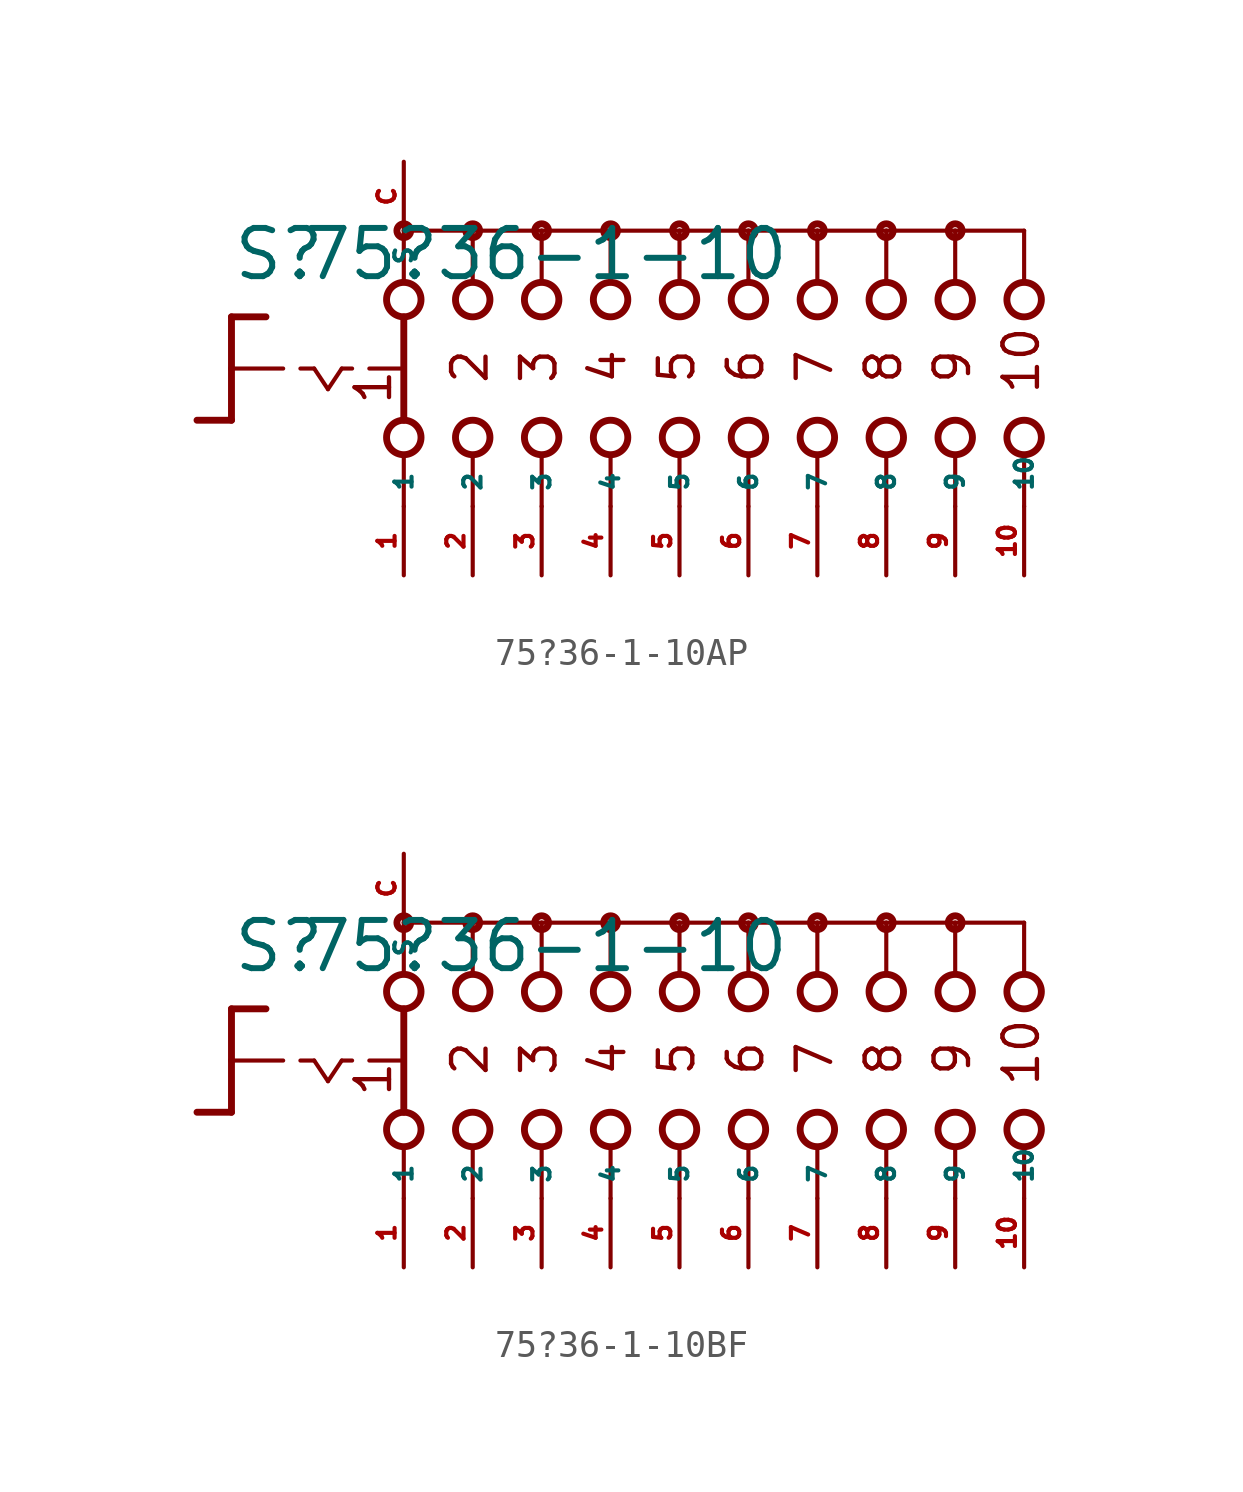
<source format=kicad_sym>
(kicad_symbol_lib
  (version 20220914)
  (generator Eagle2Kicad)
  (symbol "75?36-1-10AP"
    (property "Reference" "S"
      (at -16.51 3.175 0)
      (effects (font (size 1.778 1.778) (thickness 0.22)) (justify left bottom)))
    (property "Value" "75?36-1-10"
      (at -13.97 3.175 0)
      (effects (font (size 1.778 1.778) (thickness 0.22)) (justify left bottom)))
    (polyline
      (pts (xy -16.51 1.905) (xy -15.24 1.905))
      (stroke (width 0.254) (type default))
      (fill (type none)))
    (polyline
      (pts (xy -16.51 1.905) (xy -16.51 0))
      (stroke (width 0.254) (type default))
      (fill (type none)))
    (polyline
      (pts (xy -16.51 -1.905) (xy -17.78 -1.905))
      (stroke (width 0.254) (type default))
      (fill (type none)))
    (polyline
      (pts (xy -16.51 0) (xy -14.605 0))
      (stroke (width 0.152) (type default))
      (fill (type none)))
    (polyline
      (pts (xy -16.51 0) (xy -16.51 -1.905))
      (stroke (width 0.254) (type default))
      (fill (type none)))
    (polyline
      (pts (xy -13.97 0) (xy -13.462 0))
      (stroke (width 0.152) (type default))
      (fill (type none)))
    (polyline
      (pts (xy -12.446 0) (xy -12.065 0))
      (stroke (width 0.152) (type default))
      (fill (type none)))
    (polyline
      (pts (xy -11.43 0) (xy -10.287 0))
      (stroke (width 0.152) (type default))
      (fill (type none)))
    (polyline
      (pts (xy -13.462 0) (xy -12.954 -0.762))
      (stroke (width 0.152) (type default))
      (fill (type none)))
    (polyline
      (pts (xy -12.954 -0.762) (xy -12.446 0))
      (stroke (width 0.152) (type default))
      (fill (type none)))
    (polyline
      (pts (xy -7.62 3.175) (xy -7.62 5.08))
      (stroke (width 0.152) (type default))
      (fill (type none)))
    (polyline
      (pts (xy -5.08 3.175) (xy -5.08 5.08))
      (stroke (width 0.152) (type default))
      (fill (type none)))
    (polyline
      (pts (xy -2.54 3.175) (xy -2.54 5.08))
      (stroke (width 0.152) (type default))
      (fill (type none)))
    (polyline
      (pts (xy -7.62 -5.08) (xy -7.62 -3.175))
      (stroke (width 0.152) (type default))
      (fill (type none)))
    (polyline
      (pts (xy -5.08 -5.08) (xy -5.08 -3.175))
      (stroke (width 0.152) (type default))
      (fill (type none)))
    (polyline
      (pts (xy -2.54 -5.08) (xy -2.54 -3.175))
      (stroke (width 0.152) (type default))
      (fill (type none)))
    (polyline
      (pts (xy -5.08 5.08) (xy -7.62 5.08))
      (stroke (width 0.152) (type default))
      (fill (type none)))
    (polyline
      (pts (xy -5.08 5.08) (xy -2.54 5.08))
      (stroke (width 0.152) (type default))
      (fill (type none)))
    (polyline
      (pts (xy 0 -5.08) (xy 0 -3.175))
      (stroke (width 0.152) (type default))
      (fill (type none)))
    (polyline
      (pts (xy 2.54 -5.08) (xy 2.54 -3.175))
      (stroke (width 0.152) (type default))
      (fill (type none)))
    (polyline
      (pts (xy 0 3.175) (xy 0 5.08))
      (stroke (width 0.152) (type default))
      (fill (type none)))
    (polyline
      (pts (xy 2.54 3.175) (xy 2.54 5.08))
      (stroke (width 0.152) (type default))
      (fill (type none)))
    (polyline
      (pts (xy -2.54 5.08) (xy 0 5.08))
      (stroke (width 0.152) (type default))
      (fill (type none)))
    (polyline
      (pts (xy 0 5.08) (xy 2.54 5.08))
      (stroke (width 0.152) (type default))
      (fill (type none)))
    (polyline
      (pts (xy -10.16 5.08) (xy -10.16 3.175))
      (stroke (width 0.152) (type default))
      (fill (type none)))
    (polyline
      (pts (xy -10.16 1.905) (xy -10.16 -1.905))
      (stroke (width 0.254) (type default))
      (fill (type none)))
    (polyline
      (pts (xy -10.16 -3.175) (xy -10.16 -5.08))
      (stroke (width 0.152) (type default))
      (fill (type none)))
    (polyline
      (pts (xy -7.62 5.08) (xy -10.16 5.08))
      (stroke (width 0.152) (type default))
      (fill (type none)))
    (polyline
      (pts (xy 2.54 5.08) (xy 5.08 5.08))
      (stroke (width 0.152) (type default))
      (fill (type none)))
    (polyline
      (pts (xy 5.08 3.175) (xy 5.08 5.08))
      (stroke (width 0.152) (type default))
      (fill (type none)))
    (polyline
      (pts (xy 5.08 -5.08) (xy 5.08 -3.175))
      (stroke (width 0.152) (type default))
      (fill (type none)))
    (polyline
      (pts (xy 7.62 3.175) (xy 7.62 5.08))
      (stroke (width 0.152) (type default))
      (fill (type none)))
    (polyline
      (pts (xy 10.16 3.175) (xy 10.16 5.08))
      (stroke (width 0.152) (type default))
      (fill (type none)))
    (polyline
      (pts (xy 12.7 3.175) (xy 12.7 5.08))
      (stroke (width 0.152) (type default))
      (fill (type none)))
    (polyline
      (pts (xy 5.08 5.08) (xy 7.62 5.08))
      (stroke (width 0.152) (type default))
      (fill (type none)))
    (polyline
      (pts (xy 7.62 5.08) (xy 10.16 5.08))
      (stroke (width 0.152) (type default))
      (fill (type none)))
    (polyline
      (pts (xy 10.16 5.08) (xy 12.7 5.08))
      (stroke (width 0.152) (type default))
      (fill (type none)))
    (polyline
      (pts (xy 7.62 -5.08) (xy 7.62 -3.175))
      (stroke (width 0.152) (type default))
      (fill (type none)))
    (polyline
      (pts (xy 10.16 -5.08) (xy 10.16 -3.175))
      (stroke (width 0.152) (type default))
      (fill (type none)))
    (polyline
      (pts (xy 12.7 -5.08) (xy 12.7 -3.175))
      (stroke (width 0.152) (type default))
      (fill (type none)))
    (text "1"
      (at -10.541 -1.397 900)
      (effects (font (size 1.27 1.27) (thickness 0.16)) (justify left bottom)))
    (text "2"
      (at -6.985 -0.635 900)
      (effects (font (size 1.27 1.27) (thickness 0.16)) (justify left bottom)))
    (text "3"
      (at -4.445 -0.635 900)
      (effects (font (size 1.27 1.27) (thickness 0.16)) (justify left bottom)))
    (text "4"
      (at -1.905 -0.635 900)
      (effects (font (size 1.27 1.27) (thickness 0.16)) (justify left bottom)))
    (text "5"
      (at 0.635 -0.635 900)
      (effects (font (size 1.27 1.27) (thickness 0.16)) (justify left bottom)))
    (text "6"
      (at 3.175 -0.635 900)
      (effects (font (size 1.27 1.27) (thickness 0.16)) (justify left bottom)))
    (text "7"
      (at 5.715 -0.635 900)
      (effects (font (size 1.27 1.27) (thickness 0.16)) (justify left bottom)))
    (text "8"
      (at 8.255 -0.635 900)
      (effects (font (size 1.27 1.27) (thickness 0.16)) (justify left bottom)))
    (text "9"
      (at 10.795 -0.635 900)
      (effects (font (size 1.27 1.27) (thickness 0.16)) (justify left bottom)))
    (text "10"
      (at 13.335 -1.016 900)
      (effects (font (size 1.27 1.27) (thickness 0.16)) (justify left bottom)))
    (circle
      (center -5.08 5.08)
      (radius 0.254)
      (stroke (width 0.254) (type default))
      (fill (type none)))
    (circle
      (center -2.54 5.08)
      (radius 0.254)
      (stroke (width 0.254) (type default))
      (fill (type none)))
    (circle
      (center 2.54 5.08)
      (radius 0.254)
      (stroke (width 0.254) (type default))
      (fill (type none)))
    (circle
      (center -10.16 5.08)
      (radius 0.254)
      (stroke (width 0.254) (type default))
      (fill (type none)))
    (circle
      (center -7.62 5.08)
      (radius 0.254)
      (stroke (width 0.254) (type default))
      (fill (type none)))
    (circle
      (center -10.16 2.54)
      (radius 0.635)
      (stroke (width 0.254) (type default))
      (fill (type none)))
    (circle
      (center -7.62 2.54)
      (radius 0.635)
      (stroke (width 0.254) (type default))
      (fill (type none)))
    (circle
      (center -5.08 2.54)
      (radius 0.635)
      (stroke (width 0.254) (type default))
      (fill (type none)))
    (circle
      (center -10.16 -2.54)
      (radius 0.635)
      (stroke (width 0.254) (type default))
      (fill (type none)))
    (circle
      (center -7.62 -2.54)
      (radius 0.635)
      (stroke (width 0.254) (type default))
      (fill (type none)))
    (circle
      (center -5.08 -2.54)
      (radius 0.635)
      (stroke (width 0.254) (type default))
      (fill (type none)))
    (circle
      (center 0 5.08)
      (radius 0.254)
      (stroke (width 0.254) (type default))
      (fill (type none)))
    (circle
      (center -2.54 2.54)
      (radius 0.635)
      (stroke (width 0.254) (type default))
      (fill (type none)))
    (circle
      (center 0 2.54)
      (radius 0.635)
      (stroke (width 0.254) (type default))
      (fill (type none)))
    (circle
      (center -2.54 -2.54)
      (radius 0.635)
      (stroke (width 0.254) (type default))
      (fill (type none)))
    (circle
      (center 0 -2.54)
      (radius 0.635)
      (stroke (width 0.254) (type default))
      (fill (type none)))
    (circle
      (center 2.54 2.54)
      (radius 0.635)
      (stroke (width 0.254) (type default))
      (fill (type none)))
    (circle
      (center 2.54 -2.54)
      (radius 0.635)
      (stroke (width 0.254) (type default))
      (fill (type none)))
    (circle
      (center 5.08 5.08)
      (radius 0.254)
      (stroke (width 0.254) (type default))
      (fill (type none)))
    (circle
      (center 5.08 2.54)
      (radius 0.635)
      (stroke (width 0.254) (type default))
      (fill (type none)))
    (circle
      (center 5.08 -2.54)
      (radius 0.635)
      (stroke (width 0.254) (type default))
      (fill (type none)))
    (circle
      (center 7.62 2.54)
      (radius 0.635)
      (stroke (width 0.254) (type default))
      (fill (type none)))
    (circle
      (center 10.16 2.54)
      (radius 0.635)
      (stroke (width 0.254) (type default))
      (fill (type none)))
    (circle
      (center 12.7 2.54)
      (radius 0.635)
      (stroke (width 0.254) (type default))
      (fill (type none)))
    (circle
      (center 7.62 5.08)
      (radius 0.254)
      (stroke (width 0.254) (type default))
      (fill (type none)))
    (circle
      (center 10.16 5.08)
      (radius 0.254)
      (stroke (width 0.254) (type default))
      (fill (type none)))
    (circle
      (center 7.62 -2.54)
      (radius 0.635)
      (stroke (width 0.254) (type default))
      (fill (type none)))
    (circle
      (center 10.16 -2.54)
      (radius 0.635)
      (stroke (width 0.254) (type default))
      (fill (type none)))
    (circle
      (center 12.7 -2.54)
      (radius 0.635)
      (stroke (width 0.254) (type default))
      (fill (type none)))
    (pin passive line
      (at -10.16 -7.62 90)
      (length 2.54)
      (name "1" (effects (font (size 0.635 0.635) (thickness 0.08)) (justify left bottom)))
      (number "1" (effects (font (size 0.635 0.635) (thickness 0.08)) (justify left bottom))))
    (pin passive line
      (at -10.16 7.62 270)
      (length 2.54)
      (name "S" (effects (font (size 0.635 0.635) (thickness 0.08)) (justify left bottom)))
      (number "C" (effects (font (size 0.635 0.635) (thickness 0.08)) (justify left bottom))))
    (pin passive line
      (at -7.62 -7.62 90)
      (length 2.54)
      (name "2" (effects (font (size 0.635 0.635) (thickness 0.08)) (justify left bottom)))
      (number "2" (effects (font (size 0.635 0.635) (thickness 0.08)) (justify left bottom))))
    (pin passive line
      (at -5.08 -7.62 90)
      (length 2.54)
      (name "3" (effects (font (size 0.635 0.635) (thickness 0.08)) (justify left bottom)))
      (number "3" (effects (font (size 0.635 0.635) (thickness 0.08)) (justify left bottom))))
    (pin passive line
      (at -2.54 -7.62 90)
      (length 2.54)
      (name "4" (effects (font (size 0.635 0.635) (thickness 0.08)) (justify left bottom)))
      (number "4" (effects (font (size 0.635 0.635) (thickness 0.08)) (justify left bottom))))
    (pin passive line
      (at 0 -7.62 90)
      (length 2.54)
      (name "5" (effects (font (size 0.635 0.635) (thickness 0.08)) (justify left bottom)))
      (number "5" (effects (font (size 0.635 0.635) (thickness 0.08)) (justify left bottom))))
    (pin passive line
      (at 2.54 -7.62 90)
      (length 2.54)
      (name "6" (effects (font (size 0.635 0.635) (thickness 0.08)) (justify left bottom)))
      (number "6" (effects (font (size 0.635 0.635) (thickness 0.08)) (justify left bottom))))
    (pin passive line
      (at 5.08 -7.62 90)
      (length 2.54)
      (name "7" (effects (font (size 0.635 0.635) (thickness 0.08)) (justify left bottom)))
      (number "7" (effects (font (size 0.635 0.635) (thickness 0.08)) (justify left bottom))))
    (pin passive line
      (at 7.62 -7.62 90)
      (length 2.54)
      (name "8" (effects (font (size 0.635 0.635) (thickness 0.08)) (justify left bottom)))
      (number "8" (effects (font (size 0.635 0.635) (thickness 0.08)) (justify left bottom))))
    (pin passive line
      (at 10.16 -7.62 90)
      (length 2.54)
      (name "9" (effects (font (size 0.635 0.635) (thickness 0.08)) (justify left bottom)))
      (number "9" (effects (font (size 0.635 0.635) (thickness 0.08)) (justify left bottom))))
    (pin passive line
      (at 12.7 -7.62 90)
      (length 2.54)
      (name "10" (effects (font (size 0.635 0.635) (thickness 0.08)) (justify left bottom)))
      (number "10" (effects (font (size 0.635 0.635) (thickness 0.08)) (justify left bottom)))))
  (symbol "75?36-1-10BF"
    (property "Reference" "S"
      (at -16.51 3.175 0)
      (effects (font (size 1.778 1.778) (thickness 0.22)) (justify left bottom)))
    (property "Value" "75?36-1-10"
      (at -13.97 3.175 0)
      (effects (font (size 1.778 1.778) (thickness 0.22)) (justify left bottom)))
    (polyline
      (pts (xy -16.51 1.905) (xy -15.24 1.905))
      (stroke (width 0.254) (type default))
      (fill (type none)))
    (polyline
      (pts (xy -16.51 1.905) (xy -16.51 0))
      (stroke (width 0.254) (type default))
      (fill (type none)))
    (polyline
      (pts (xy -16.51 -1.905) (xy -17.78 -1.905))
      (stroke (width 0.254) (type default))
      (fill (type none)))
    (polyline
      (pts (xy -16.51 0) (xy -14.605 0))
      (stroke (width 0.152) (type default))
      (fill (type none)))
    (polyline
      (pts (xy -16.51 0) (xy -16.51 -1.905))
      (stroke (width 0.254) (type default))
      (fill (type none)))
    (polyline
      (pts (xy -13.97 0) (xy -13.462 0))
      (stroke (width 0.152) (type default))
      (fill (type none)))
    (polyline
      (pts (xy -12.446 0) (xy -12.065 0))
      (stroke (width 0.152) (type default))
      (fill (type none)))
    (polyline
      (pts (xy -11.43 0) (xy -10.287 0))
      (stroke (width 0.152) (type default))
      (fill (type none)))
    (polyline
      (pts (xy -13.462 0) (xy -12.954 -0.762))
      (stroke (width 0.152) (type default))
      (fill (type none)))
    (polyline
      (pts (xy -12.954 -0.762) (xy -12.446 0))
      (stroke (width 0.152) (type default))
      (fill (type none)))
    (polyline
      (pts (xy -7.62 3.175) (xy -7.62 5.08))
      (stroke (width 0.152) (type default))
      (fill (type none)))
    (polyline
      (pts (xy -5.08 3.175) (xy -5.08 5.08))
      (stroke (width 0.152) (type default))
      (fill (type none)))
    (polyline
      (pts (xy -2.54 3.175) (xy -2.54 5.08))
      (stroke (width 0.152) (type default))
      (fill (type none)))
    (polyline
      (pts (xy -7.62 -5.08) (xy -7.62 -3.175))
      (stroke (width 0.152) (type default))
      (fill (type none)))
    (polyline
      (pts (xy -5.08 -5.08) (xy -5.08 -3.175))
      (stroke (width 0.152) (type default))
      (fill (type none)))
    (polyline
      (pts (xy -2.54 -5.08) (xy -2.54 -3.175))
      (stroke (width 0.152) (type default))
      (fill (type none)))
    (polyline
      (pts (xy -5.08 5.08) (xy -7.62 5.08))
      (stroke (width 0.152) (type default))
      (fill (type none)))
    (polyline
      (pts (xy -5.08 5.08) (xy -2.54 5.08))
      (stroke (width 0.152) (type default))
      (fill (type none)))
    (polyline
      (pts (xy 0 -5.08) (xy 0 -3.175))
      (stroke (width 0.152) (type default))
      (fill (type none)))
    (polyline
      (pts (xy 2.54 -5.08) (xy 2.54 -3.175))
      (stroke (width 0.152) (type default))
      (fill (type none)))
    (polyline
      (pts (xy 0 3.175) (xy 0 5.08))
      (stroke (width 0.152) (type default))
      (fill (type none)))
    (polyline
      (pts (xy 2.54 3.175) (xy 2.54 5.08))
      (stroke (width 0.152) (type default))
      (fill (type none)))
    (polyline
      (pts (xy -2.54 5.08) (xy 0 5.08))
      (stroke (width 0.152) (type default))
      (fill (type none)))
    (polyline
      (pts (xy 0 5.08) (xy 2.54 5.08))
      (stroke (width 0.152) (type default))
      (fill (type none)))
    (polyline
      (pts (xy -10.16 5.08) (xy -10.16 3.175))
      (stroke (width 0.152) (type default))
      (fill (type none)))
    (polyline
      (pts (xy -10.16 1.905) (xy -10.16 -1.905))
      (stroke (width 0.254) (type default))
      (fill (type none)))
    (polyline
      (pts (xy -10.16 -3.175) (xy -10.16 -5.08))
      (stroke (width 0.152) (type default))
      (fill (type none)))
    (polyline
      (pts (xy -7.62 5.08) (xy -10.16 5.08))
      (stroke (width 0.152) (type default))
      (fill (type none)))
    (polyline
      (pts (xy 2.54 5.08) (xy 5.08 5.08))
      (stroke (width 0.152) (type default))
      (fill (type none)))
    (polyline
      (pts (xy 5.08 3.175) (xy 5.08 5.08))
      (stroke (width 0.152) (type default))
      (fill (type none)))
    (polyline
      (pts (xy 5.08 -5.08) (xy 5.08 -3.175))
      (stroke (width 0.152) (type default))
      (fill (type none)))
    (polyline
      (pts (xy 7.62 3.175) (xy 7.62 5.08))
      (stroke (width 0.152) (type default))
      (fill (type none)))
    (polyline
      (pts (xy 10.16 3.175) (xy 10.16 5.08))
      (stroke (width 0.152) (type default))
      (fill (type none)))
    (polyline
      (pts (xy 12.7 3.175) (xy 12.7 5.08))
      (stroke (width 0.152) (type default))
      (fill (type none)))
    (polyline
      (pts (xy 5.08 5.08) (xy 7.62 5.08))
      (stroke (width 0.152) (type default))
      (fill (type none)))
    (polyline
      (pts (xy 7.62 5.08) (xy 10.16 5.08))
      (stroke (width 0.152) (type default))
      (fill (type none)))
    (polyline
      (pts (xy 10.16 5.08) (xy 12.7 5.08))
      (stroke (width 0.152) (type default))
      (fill (type none)))
    (polyline
      (pts (xy 7.62 -5.08) (xy 7.62 -3.175))
      (stroke (width 0.152) (type default))
      (fill (type none)))
    (polyline
      (pts (xy 10.16 -5.08) (xy 10.16 -3.175))
      (stroke (width 0.152) (type default))
      (fill (type none)))
    (polyline
      (pts (xy 12.7 -5.08) (xy 12.7 -3.175))
      (stroke (width 0.152) (type default))
      (fill (type none)))
    (text "1"
      (at -10.541 -1.397 900)
      (effects (font (size 1.27 1.27) (thickness 0.16)) (justify left bottom)))
    (text "2"
      (at -6.985 -0.635 900)
      (effects (font (size 1.27 1.27) (thickness 0.16)) (justify left bottom)))
    (text "3"
      (at -4.445 -0.635 900)
      (effects (font (size 1.27 1.27) (thickness 0.16)) (justify left bottom)))
    (text "4"
      (at -1.905 -0.635 900)
      (effects (font (size 1.27 1.27) (thickness 0.16)) (justify left bottom)))
    (text "5"
      (at 0.635 -0.635 900)
      (effects (font (size 1.27 1.27) (thickness 0.16)) (justify left bottom)))
    (text "6"
      (at 3.175 -0.635 900)
      (effects (font (size 1.27 1.27) (thickness 0.16)) (justify left bottom)))
    (text "7"
      (at 5.715 -0.635 900)
      (effects (font (size 1.27 1.27) (thickness 0.16)) (justify left bottom)))
    (text "8"
      (at 8.255 -0.635 900)
      (effects (font (size 1.27 1.27) (thickness 0.16)) (justify left bottom)))
    (text "9"
      (at 10.795 -0.635 900)
      (effects (font (size 1.27 1.27) (thickness 0.16)) (justify left bottom)))
    (text "10"
      (at 13.335 -1.016 900)
      (effects (font (size 1.27 1.27) (thickness 0.16)) (justify left bottom)))
    (circle
      (center -5.08 5.08)
      (radius 0.254)
      (stroke (width 0.254) (type default))
      (fill (type none)))
    (circle
      (center -2.54 5.08)
      (radius 0.254)
      (stroke (width 0.254) (type default))
      (fill (type none)))
    (circle
      (center 2.54 5.08)
      (radius 0.254)
      (stroke (width 0.254) (type default))
      (fill (type none)))
    (circle
      (center -10.16 5.08)
      (radius 0.254)
      (stroke (width 0.254) (type default))
      (fill (type none)))
    (circle
      (center -7.62 5.08)
      (radius 0.254)
      (stroke (width 0.254) (type default))
      (fill (type none)))
    (circle
      (center -10.16 2.54)
      (radius 0.635)
      (stroke (width 0.254) (type default))
      (fill (type none)))
    (circle
      (center -7.62 2.54)
      (radius 0.635)
      (stroke (width 0.254) (type default))
      (fill (type none)))
    (circle
      (center -5.08 2.54)
      (radius 0.635)
      (stroke (width 0.254) (type default))
      (fill (type none)))
    (circle
      (center -10.16 -2.54)
      (radius 0.635)
      (stroke (width 0.254) (type default))
      (fill (type none)))
    (circle
      (center -7.62 -2.54)
      (radius 0.635)
      (stroke (width 0.254) (type default))
      (fill (type none)))
    (circle
      (center -5.08 -2.54)
      (radius 0.635)
      (stroke (width 0.254) (type default))
      (fill (type none)))
    (circle
      (center 0 5.08)
      (radius 0.254)
      (stroke (width 0.254) (type default))
      (fill (type none)))
    (circle
      (center -2.54 2.54)
      (radius 0.635)
      (stroke (width 0.254) (type default))
      (fill (type none)))
    (circle
      (center 0 2.54)
      (radius 0.635)
      (stroke (width 0.254) (type default))
      (fill (type none)))
    (circle
      (center -2.54 -2.54)
      (radius 0.635)
      (stroke (width 0.254) (type default))
      (fill (type none)))
    (circle
      (center 0 -2.54)
      (radius 0.635)
      (stroke (width 0.254) (type default))
      (fill (type none)))
    (circle
      (center 2.54 2.54)
      (radius 0.635)
      (stroke (width 0.254) (type default))
      (fill (type none)))
    (circle
      (center 2.54 -2.54)
      (radius 0.635)
      (stroke (width 0.254) (type default))
      (fill (type none)))
    (circle
      (center 5.08 5.08)
      (radius 0.254)
      (stroke (width 0.254) (type default))
      (fill (type none)))
    (circle
      (center 5.08 2.54)
      (radius 0.635)
      (stroke (width 0.254) (type default))
      (fill (type none)))
    (circle
      (center 5.08 -2.54)
      (radius 0.635)
      (stroke (width 0.254) (type default))
      (fill (type none)))
    (circle
      (center 7.62 2.54)
      (radius 0.635)
      (stroke (width 0.254) (type default))
      (fill (type none)))
    (circle
      (center 10.16 2.54)
      (radius 0.635)
      (stroke (width 0.254) (type default))
      (fill (type none)))
    (circle
      (center 12.7 2.54)
      (radius 0.635)
      (stroke (width 0.254) (type default))
      (fill (type none)))
    (circle
      (center 7.62 5.08)
      (radius 0.254)
      (stroke (width 0.254) (type default))
      (fill (type none)))
    (circle
      (center 10.16 5.08)
      (radius 0.254)
      (stroke (width 0.254) (type default))
      (fill (type none)))
    (circle
      (center 7.62 -2.54)
      (radius 0.635)
      (stroke (width 0.254) (type default))
      (fill (type none)))
    (circle
      (center 10.16 -2.54)
      (radius 0.635)
      (stroke (width 0.254) (type default))
      (fill (type none)))
    (circle
      (center 12.7 -2.54)
      (radius 0.635)
      (stroke (width 0.254) (type default))
      (fill (type none)))
    (pin passive line
      (at -10.16 -7.62 90)
      (length 2.54)
      (name "1" (effects (font (size 0.635 0.635) (thickness 0.08)) (justify left bottom)))
      (number "1" (effects (font (size 0.635 0.635) (thickness 0.08)) (justify left bottom))))
    (pin passive line
      (at -10.16 7.62 270)
      (length 2.54)
      (name "S" (effects (font (size 0.635 0.635) (thickness 0.08)) (justify left bottom)))
      (number "C" (effects (font (size 0.635 0.635) (thickness 0.08)) (justify left bottom))))
    (pin passive line
      (at -7.62 -7.62 90)
      (length 2.54)
      (name "2" (effects (font (size 0.635 0.635) (thickness 0.08)) (justify left bottom)))
      (number "2" (effects (font (size 0.635 0.635) (thickness 0.08)) (justify left bottom))))
    (pin passive line
      (at -5.08 -7.62 90)
      (length 2.54)
      (name "3" (effects (font (size 0.635 0.635) (thickness 0.08)) (justify left bottom)))
      (number "3" (effects (font (size 0.635 0.635) (thickness 0.08)) (justify left bottom))))
    (pin passive line
      (at -2.54 -7.62 90)
      (length 2.54)
      (name "4" (effects (font (size 0.635 0.635) (thickness 0.08)) (justify left bottom)))
      (number "4" (effects (font (size 0.635 0.635) (thickness 0.08)) (justify left bottom))))
    (pin passive line
      (at 0 -7.62 90)
      (length 2.54)
      (name "5" (effects (font (size 0.635 0.635) (thickness 0.08)) (justify left bottom)))
      (number "5" (effects (font (size 0.635 0.635) (thickness 0.08)) (justify left bottom))))
    (pin passive line
      (at 2.54 -7.62 90)
      (length 2.54)
      (name "6" (effects (font (size 0.635 0.635) (thickness 0.08)) (justify left bottom)))
      (number "6" (effects (font (size 0.635 0.635) (thickness 0.08)) (justify left bottom))))
    (pin passive line
      (at 5.08 -7.62 90)
      (length 2.54)
      (name "7" (effects (font (size 0.635 0.635) (thickness 0.08)) (justify left bottom)))
      (number "7" (effects (font (size 0.635 0.635) (thickness 0.08)) (justify left bottom))))
    (pin passive line
      (at 7.62 -7.62 90)
      (length 2.54)
      (name "8" (effects (font (size 0.635 0.635) (thickness 0.08)) (justify left bottom)))
      (number "8" (effects (font (size 0.635 0.635) (thickness 0.08)) (justify left bottom))))
    (pin passive line
      (at 10.16 -7.62 90)
      (length 2.54)
      (name "9" (effects (font (size 0.635 0.635) (thickness 0.08)) (justify left bottom)))
      (number "9" (effects (font (size 0.635 0.635) (thickness 0.08)) (justify left bottom))))
    (pin passive line
      (at 12.7 -7.62 90)
      (length 2.54)
      (name "10" (effects (font (size 0.635 0.635) (thickness 0.08)) (justify left bottom)))
      (number "10" (effects (font (size 0.635 0.635) (thickness 0.08)) (justify left bottom))))))
</source>
